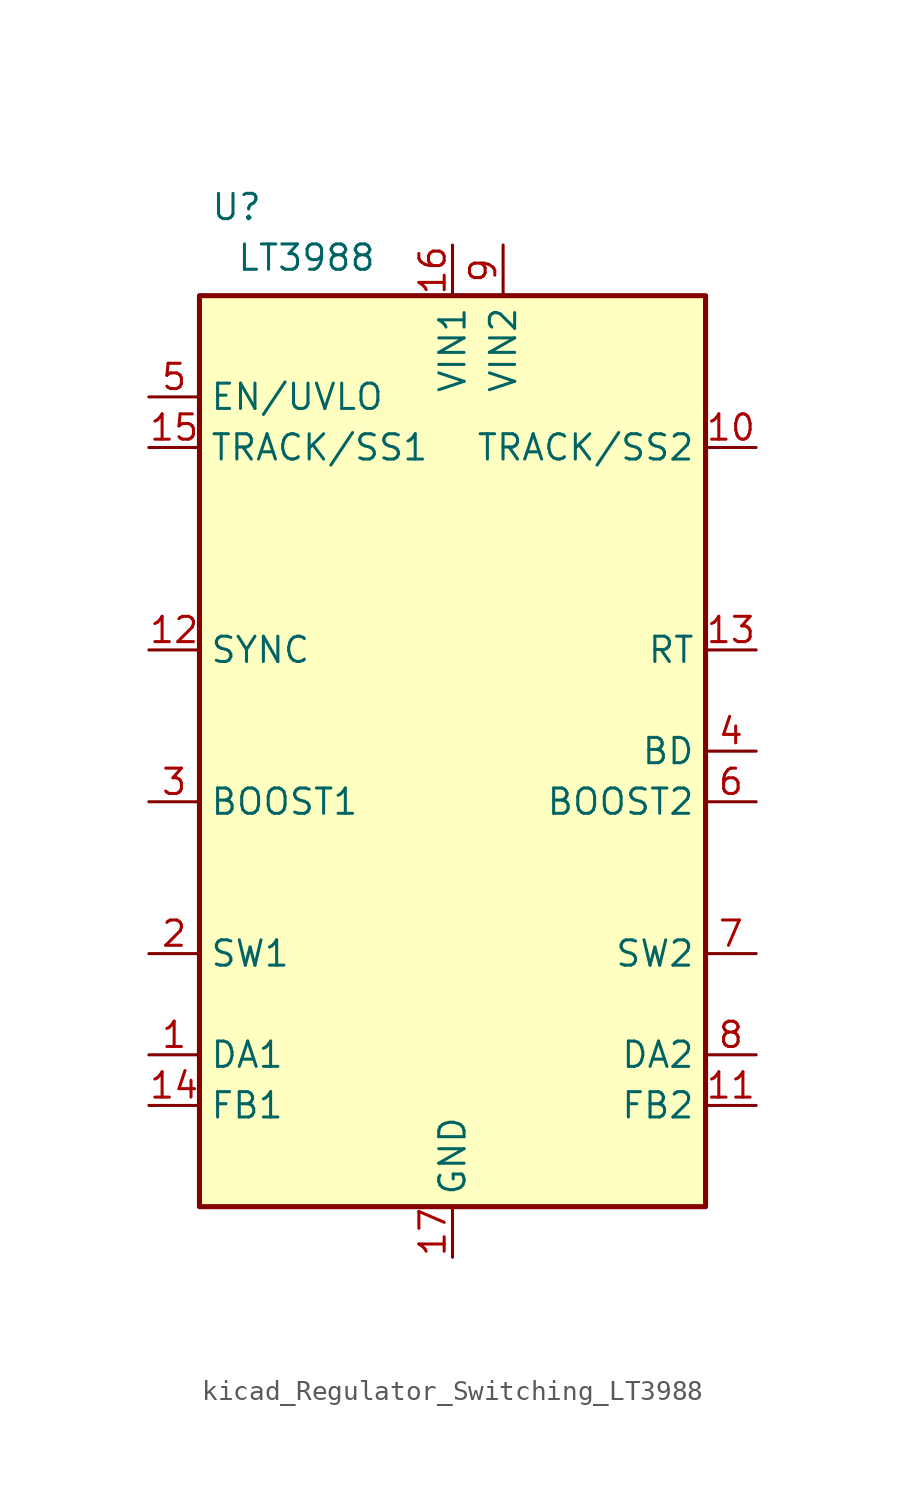
<source format=kicad_sym>
(kicad_symbol_lib
  (version 20220914)
  (generator kicad_symbol_editor)
  (symbol "kicad_Regulator_Switching_LT3988"
    (property "Reference" "U"
      (at -9.525 27.305 0)
      (effects (font (size 1.27 1.27)) (justify right)))
    (property "Value" "LT3988"
      (at -3.81 24.765 0)
      (effects (font (size 1.27 1.27)) (justify right)))
    (symbol "kicad_Regulator_Switching_LT3988_0_1"
      (rectangle (start -12.7 22.86) (end 12.7 -22.86) (stroke (width 0.254) (type default)) (fill (type background))))
    (symbol "kicad_Regulator_Switching_LT3988_1_1"
      (pin passive line (at -15.24 -15.24 0) (length 2.54) (name "DA1" (effects (font (size 1.27 1.27)))) (number "1" (effects (font (size 1.27 1.27)))))
      (pin passive line (at 15.24 15.24 180) (length 2.54) (name "TRACK/SS2" (effects (font (size 1.27 1.27)))) (number "10" (effects (font (size 1.27 1.27)))))
      (pin input line (at 15.24 -17.78 180) (length 2.54) (name "FB2" (effects (font (size 1.27 1.27)))) (number "11" (effects (font (size 1.27 1.27)))))
      (pin input line (at -15.24 5.08 0) (length 2.54) (name "SYNC" (effects (font (size 1.27 1.27)))) (number "12" (effects (font (size 1.27 1.27)))))
      (pin input line (at 15.24 5.08 180) (length 2.54) (name "RT" (effects (font (size 1.27 1.27)))) (number "13" (effects (font (size 1.27 1.27)))))
      (pin input line (at -15.24 -17.78 0) (length 2.54) (name "FB1" (effects (font (size 1.27 1.27)))) (number "14" (effects (font (size 1.27 1.27)))))
      (pin passive line (at -15.24 15.24 0) (length 2.54) (name "TRACK/SS1" (effects (font (size 1.27 1.27)))) (number "15" (effects (font (size 1.27 1.27)))))
      (pin power_in line (at 0 25.4 270) (length 2.54) (name "VIN1" (effects (font (size 1.27 1.27)))) (number "16" (effects (font (size 1.27 1.27)))))
      (pin power_in line (at 0 -25.4 90) (length 2.54) (name "GND" (effects (font (size 1.27 1.27)))) (number "17" (effects (font (size 1.27 1.27)))))
      (pin passive line (at -15.24 -10.16 0) (length 2.54) (name "SW1" (effects (font (size 1.27 1.27)))) (number "2" (effects (font (size 1.27 1.27)))))
      (pin passive line (at -15.24 -2.54 0) (length 2.54) (name "BOOST1" (effects (font (size 1.27 1.27)))) (number "3" (effects (font (size 1.27 1.27)))))
      (pin power_in line (at 15.24 0 180) (length 2.54) (name "BD" (effects (font (size 1.27 1.27)))) (number "4" (effects (font (size 1.27 1.27)))))
      (pin input line (at -15.24 17.78 0) (length 2.54) (name "EN/UVLO" (effects (font (size 1.27 1.27)))) (number "5" (effects (font (size 1.27 1.27)))))
      (pin passive line (at 15.24 -2.54 180) (length 2.54) (name "BOOST2" (effects (font (size 1.27 1.27)))) (number "6" (effects (font (size 1.27 1.27)))))
      (pin passive line (at 15.24 -10.16 180) (length 2.54) (name "SW2" (effects (font (size 1.27 1.27)))) (number "7" (effects (font (size 1.27 1.27)))))
      (pin passive line (at 15.24 -15.24 180) (length 2.54) (name "DA2" (effects (font (size 1.27 1.27)))) (number "8" (effects (font (size 1.27 1.27)))))
      (pin power_in line (at 2.54 25.4 270) (length 2.54) (name "VIN2" (effects (font (size 1.27 1.27)))) (number "9" (effects (font (size 1.27 1.27))))))))
</source>
